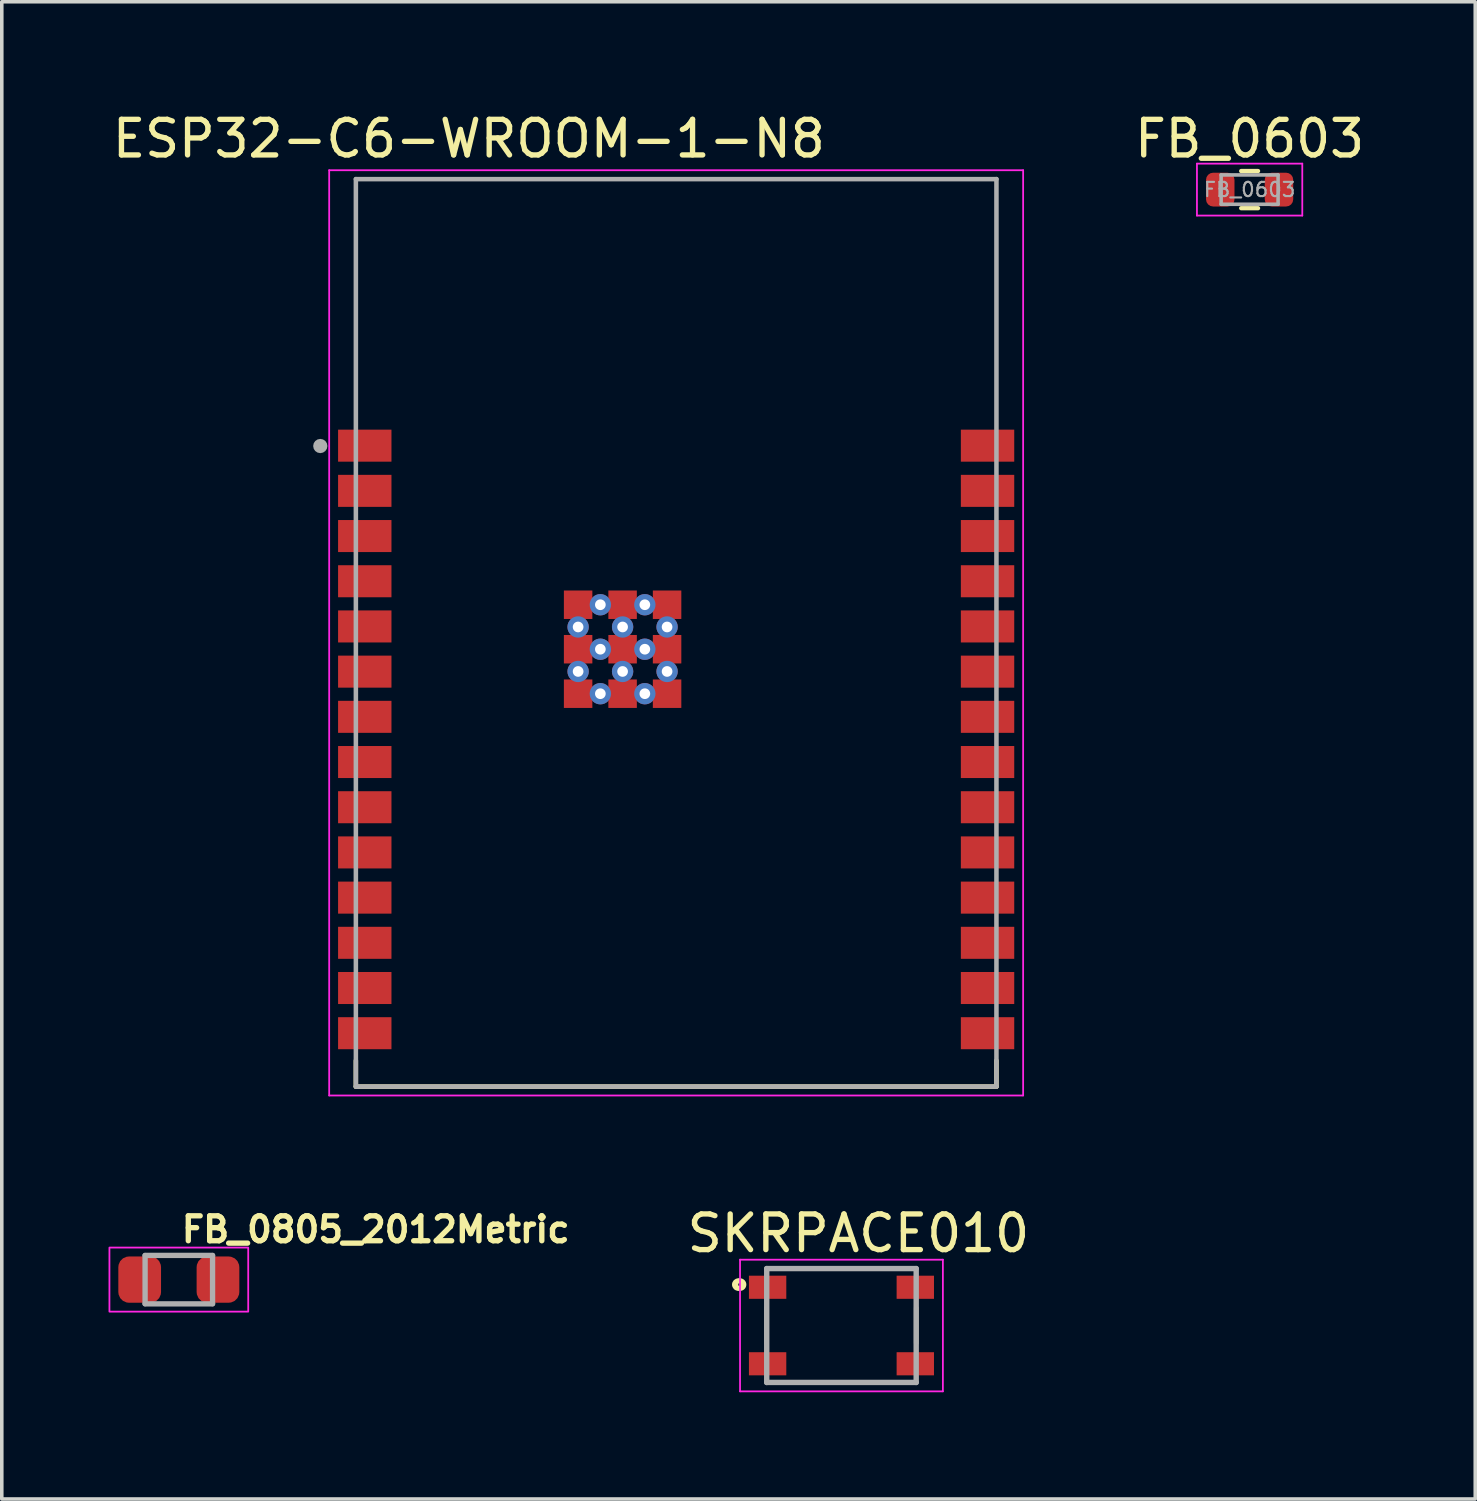
<source format=kicad_pcb>
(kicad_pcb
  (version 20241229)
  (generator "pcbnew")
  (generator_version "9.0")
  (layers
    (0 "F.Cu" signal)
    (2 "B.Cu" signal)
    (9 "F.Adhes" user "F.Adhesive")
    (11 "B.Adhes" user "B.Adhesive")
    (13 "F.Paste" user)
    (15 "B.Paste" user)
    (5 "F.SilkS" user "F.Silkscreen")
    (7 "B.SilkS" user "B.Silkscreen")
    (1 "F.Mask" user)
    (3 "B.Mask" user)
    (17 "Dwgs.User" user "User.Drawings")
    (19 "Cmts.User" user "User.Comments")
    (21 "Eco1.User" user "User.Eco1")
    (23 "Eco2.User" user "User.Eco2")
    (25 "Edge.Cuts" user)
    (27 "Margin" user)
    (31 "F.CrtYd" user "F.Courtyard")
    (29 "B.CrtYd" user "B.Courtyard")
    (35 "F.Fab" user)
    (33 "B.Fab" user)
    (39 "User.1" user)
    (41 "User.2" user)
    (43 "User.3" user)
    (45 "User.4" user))
  (footprint "FB_0805_2012Metric"
    (layer "F.Cu")
    (at 1.975 32.907)
    (property "Reference" "FB_0805_2012Metric" (at 0.001 -0.999 0) (layer "F.SilkS") (effects (font (size 0.7 0.7) (thickness 0.15)) (justify left bottom)))
    (attr smd)
    (fp_rect (start 1.95 -0.9) (end -1.95 0.9) (stroke (width 0.05) (type default)) (fill no) (layer "F.CrtYd"))
    (fp_line (start -0.948 -0.681) (end 0.948 -0.681) (stroke (width 0.15) (type solid)) (layer "F.Fab"))
    (fp_line (start -0.948 -0.676) (end -0.948 0.676) (stroke (width 0.15) (type solid)) (layer "F.Fab"))
    (fp_line (start -0.948 0.681) (end 0.948 0.681) (stroke (width 0.15) (type solid)) (layer "F.Fab"))
    (fp_line (start 0.948 -0.676) (end 0.948 0.676) (stroke (width 0.15) (type solid)) (layer "F.Fab"))
    (fp_rect (start -0.999 -0.656) (end 0.999 0.656) (stroke (width 0.1) (type solid)) (fill no) (layer "User.5"))
    (fp_line (start -0.999 -0.656) (end -0.999 0.656) (stroke (width 0.02) (type solid)) (layer "User.9"))
    (fp_line (start -0.499 -0.656) (end -0.999 -0.656) (stroke (width 0.02) (type solid)) (layer "User.9"))
    (fp_line (start -0.499 -0.656) (end -0.499 0.656) (stroke (width 0.02) (type solid)) (layer "User.9"))
    (fp_line (start -0.499 -0.624) (end 0.499 -0.624) (stroke (width 0.02) (type solid)) (layer "User.9"))
    (fp_line (start -0.499 0.656) (end -0.999 0.656) (stroke (width 0.02) (type solid)) (layer "User.9"))
    (fp_line (start 0.499 -0.656) (end 0.499 0.656) (stroke (width 0.02) (type solid)) (layer "User.9"))
    (fp_line (start 0.499 0.624) (end -0.499 0.624) (stroke (width 0.02) (type solid)) (layer "User.9"))
    (fp_line (start 0.999 -0.656) (end 0.499 -0.656) (stroke (width 0.02) (type solid)) (layer "User.9"))
    (fp_line (start 0.999 -0.656) (end 0.999 0.656) (stroke (width 0.02) (type solid)) (layer "User.9"))
    (fp_line (start 0.999 0.656) (end 0.499 0.656) (stroke (width 0.02) (type solid)) (layer "User.9"))
    (pad "1" smd roundrect (at -1.1 0) (size 1.2 1.3) (layers "F.Cu" "F.Mask" "F.Paste") (roundrect_rratio 0.25))
    (pad "2" smd roundrect (at 1.1 0) (size 1.2 1.3) (layers "F.Cu" "F.Mask" "F.Paste") (roundrect_rratio 0.25)))
  (footprint "ESP32-C6-WROOM-1-N8"
    (layer "F.Cu")
    (at 15.95 14.733)
    (property "Reference" "ESP32-C6-WROOM-1-N8" (at -5.825 -13.885 0) (layer "F.SilkS") (effects (font (size 1 1) (thickness 0.15))))
    (attr smd)
    (fp_line (start -9 12.75) (end -9 12.02) (stroke (width 0.127) (type solid)) (layer "F.SilkS"))
    (fp_line (start -9 12.75) (end 9 12.75) (stroke (width 0.127) (type solid)) (layer "F.SilkS"))
    (fp_line (start 9 12.02) (end 9 12.75) (stroke (width 0.127) (type solid)) (layer "F.SilkS"))
    (fp_line (start -9.75 -13) (end -9.75 13) (stroke (width 0.05) (type solid)) (layer "F.CrtYd"))
    (fp_line (start -9.75 13) (end 9.75 13) (stroke (width 0.05) (type solid)) (layer "F.CrtYd"))
    (fp_line (start 9.75 -13) (end -9.75 -13) (stroke (width 0.05) (type solid)) (layer "F.CrtYd"))
    (fp_line (start 9.75 13) (end 9.75 -13) (stroke (width 0.05) (type solid)) (layer "F.CrtYd"))
    (fp_line (start -9 -12.75) (end 9 -12.75) (stroke (width 0.127) (type solid)) (layer "F.Fab"))
    (fp_line (start -9 12.75) (end -9 -12.75) (stroke (width 0.127) (type solid)) (layer "F.Fab"))
    (fp_line (start -9 12.75) (end 9 12.75) (stroke (width 0.127) (type solid)) (layer "F.Fab"))
    (fp_line (start 9 -12.75) (end 9 12.75) (stroke (width 0.127) (type solid)) (layer "F.Fab"))
    (fp_circle (center -10 -5.25) (end -9.9 -5.25) (stroke (width 0.2) (type solid)) (fill no) (layer "F.Fab"))
    (pad "1" smd rect (at -8.75 -5.26) (size 1.5 0.9) (layers "F.Cu" "F.Mask" "F.Paste"))
    (pad "2" smd rect (at -8.75 -3.99) (size 1.5 0.9) (layers "F.Cu" "F.Mask" "F.Paste"))
    (pad "3" smd rect (at -8.75 -2.72) (size 1.5 0.9) (layers "F.Cu" "F.Mask" "F.Paste"))
    (pad "4" smd rect (at -8.75 -1.45) (size 1.5 0.9) (layers "F.Cu" "F.Mask" "F.Paste"))
    (pad "5" smd rect (at -8.75 -0.18) (size 1.5 0.9) (layers "F.Cu" "F.Mask" "F.Paste"))
    (pad "6" smd rect (at -8.75 1.09) (size 1.5 0.9) (layers "F.Cu" "F.Mask" "F.Paste"))
    (pad "7" smd rect (at -8.75 2.36) (size 1.5 0.9) (layers "F.Cu" "F.Mask" "F.Paste"))
    (pad "8" smd rect (at -8.75 3.63) (size 1.5 0.9) (layers "F.Cu" "F.Mask" "F.Paste"))
    (pad "9" smd rect (at -8.75 4.9) (size 1.5 0.9) (layers "F.Cu" "F.Mask" "F.Paste"))
    (pad "10" smd rect (at -8.75 6.17) (size 1.5 0.9) (layers "F.Cu" "F.Mask" "F.Paste"))
    (pad "11" smd rect (at -8.75 7.44) (size 1.5 0.9) (layers "F.Cu" "F.Mask" "F.Paste"))
    (pad "12" smd rect (at -8.75 8.71) (size 1.5 0.9) (layers "F.Cu" "F.Mask" "F.Paste"))
    (pad "13" smd rect (at -8.75 9.98) (size 1.5 0.9) (layers "F.Cu" "F.Mask" "F.Paste"))
    (pad "14" smd rect (at -8.75 11.25) (size 1.5 0.9) (layers "F.Cu" "F.Mask" "F.Paste"))
    (pad "15" smd rect (at 8.75 11.25) (size 1.5 0.9) (layers "F.Cu" "F.Mask" "F.Paste"))
    (pad "16" smd rect (at 8.75 9.98) (size 1.5 0.9) (layers "F.Cu" "F.Mask" "F.Paste"))
    (pad "17" smd rect (at 8.75 8.71) (size 1.5 0.9) (layers "F.Cu" "F.Mask" "F.Paste"))
    (pad "18" smd rect (at 8.75 7.44) (size 1.5 0.9) (layers "F.Cu" "F.Mask" "F.Paste"))
    (pad "19" smd rect (at 8.75 6.17) (size 1.5 0.9) (layers "F.Cu" "F.Mask" "F.Paste"))
    (pad "20" smd rect (at 8.75 4.9) (size 1.5 0.9) (layers "F.Cu" "F.Mask" "F.Paste"))
    (pad "21" smd rect (at 8.75 3.63) (size 1.5 0.9) (layers "F.Cu" "F.Mask" "F.Paste"))
    (pad "22" smd rect (at 8.75 2.36) (size 1.5 0.9) (layers "F.Cu" "F.Mask" "F.Paste"))
    (pad "23" smd rect (at 8.75 1.09) (size 1.5 0.9) (layers "F.Cu" "F.Mask" "F.Paste"))
    (pad "24" smd rect (at 8.75 -0.18) (size 1.5 0.9) (layers "F.Cu" "F.Mask" "F.Paste"))
    (pad "25" smd rect (at 8.75 -1.45) (size 1.5 0.9) (layers "F.Cu" "F.Mask" "F.Paste"))
    (pad "26" smd rect (at 8.75 -2.72) (size 1.5 0.9) (layers "F.Cu" "F.Mask" "F.Paste"))
    (pad "27" smd rect (at 8.75 -3.99) (size 1.5 0.9) (layers "F.Cu" "F.Mask" "F.Paste"))
    (pad "28" smd rect (at 8.75 -5.26) (size 1.5 0.9) (layers "F.Cu" "F.Mask" "F.Paste"))
    (pad "29_1" smd rect (at -2.755 -0.79) (size 0.8 0.8) (layers "F.Cu" "F.Mask" "F.Paste"))
    (pad "29_2" smd rect (at -1.505 -0.79) (size 0.8 0.8) (layers "F.Cu" "F.Mask" "F.Paste"))
    (pad "29_3" smd rect (at -0.255 -0.79) (size 0.8 0.8) (layers "F.Cu" "F.Mask" "F.Paste"))
    (pad "29_4" smd rect (at -2.755 0.46) (size 0.8 0.8) (layers "F.Cu" "F.Mask" "F.Paste"))
    (pad "29_5" smd rect (at -1.505 0.46) (size 0.8 0.8) (layers "F.Cu" "F.Mask" "F.Paste"))
    (pad "29_6" smd rect (at -0.255 0.46) (size 0.8 0.8) (layers "F.Cu" "F.Mask" "F.Paste"))
    (pad "29_7" smd rect (at -2.755 1.71) (size 0.8 0.8) (layers "F.Cu" "F.Mask" "F.Paste"))
    (pad "29_8" smd rect (at -1.505 1.71) (size 0.8 0.8) (layers "F.Cu" "F.Mask" "F.Paste"))
    (pad "29_9" smd rect (at -0.255 1.71) (size 0.8 0.8) (layers "F.Cu" "F.Mask" "F.Paste"))
    (pad "30_1" thru_hole circle (at -2.13 -0.79) (size 0.6 0.6) (drill 0.3) (layers "*.Cu"))
    (pad "30_2" thru_hole circle (at -0.88 -0.79) (size 0.6 0.6) (drill 0.3) (layers "*.Cu"))
    (pad "30_3" thru_hole circle (at -2.755 -0.165) (size 0.6 0.6) (drill 0.3) (layers "*.Cu"))
    (pad "30_4" thru_hole circle (at -1.505 -0.165) (size 0.6 0.6) (drill 0.3) (layers "*.Cu"))
    (pad "30_5" thru_hole circle (at -0.255 -0.165) (size 0.6 0.6) (drill 0.3) (layers "*.Cu"))
    (pad "30_6" thru_hole circle (at -2.13 0.46) (size 0.6 0.6) (drill 0.3) (layers "*.Cu"))
    (pad "30_7" thru_hole circle (at -0.88 0.46) (size 0.6 0.6) (drill 0.3) (layers "*.Cu"))
    (pad "30_8" thru_hole circle (at -2.755 1.085) (size 0.6 0.6) (drill 0.3) (layers "*.Cu"))
    (pad "30_9" thru_hole circle (at -1.505 1.085) (size 0.6 0.6) (drill 0.3) (layers "*.Cu"))
    (pad "30_10" thru_hole circle (at -0.255 1.085) (size 0.6 0.6) (drill 0.3) (layers "*.Cu"))
    (pad "30_11" thru_hole circle (at -2.13 1.71) (size 0.6 0.6) (drill 0.3) (layers "*.Cu"))
    (pad "30_12" thru_hole circle (at -0.88 1.71) (size 0.6 0.6) (drill 0.3) (layers "*.Cu"))
    (zone (net_name "") (layer "F.Cu") (hatch full 0.508) (connect_pads) (min_thickness 0.01) (filled_areas_thickness no) (keepout (tracks not_allowed) (vias not_allowed) (pads not_allowed) (copperpour not_allowed) (footprints allowed)) (placement (enabled no)) (fill) (polygon (pts (xy 6.95 1.983) (xy 24.95 1.983) (xy 24.95 7.983) (xy 6.95 7.983))))
    (zone (net_name "") (layers "F.Cu" "B.Cu") (hatch full 0.508) (connect_pads) (min_thickness 0.01) (filled_areas_thickness no) (keepout (tracks allowed) (vias not_allowed) (pads allowed) (copperpour allowed) (footprints allowed)) (placement (enabled no)) (fill) (polygon (pts (xy 6.95 1.983) (xy 24.95 1.983) (xy 24.95 7.983) (xy 6.95 7.983)))))
  (footprint "SKRPACE010"
    (layer "F.Cu")
    (at 20.595 34.197)
    (property "Reference" "SKRPACE010" (at 0.476 -2.589 0) (layer "F.SilkS") (effects (font (size 1.002 1.002) (thickness 0.15))))
    (attr smd)
    (fp_line (start -2.1 -0.5) (end -2.1 0.5) (stroke (width 0.127) (type solid)) (layer "F.SilkS"))
    (fp_line (start -1.25 -1.6) (end 1.25 -1.6) (stroke (width 0.127) (type solid)) (layer "F.SilkS"))
    (fp_line (start -1.25 1.6) (end 1.25 1.6) (stroke (width 0.127) (type solid)) (layer "F.SilkS"))
    (fp_line (start 2.1 -0.5) (end 2.1 0.5) (stroke (width 0.127) (type solid)) (layer "F.SilkS"))
    (fp_circle (center -2.9 -1.15) (end -2.788 -1.15) (stroke (width 0.127) (type solid)) (fill no) (layer "F.SilkS"))
    (fp_circle (center -2.85 -1.15) (end -2.8 -1.15) (stroke (width 0.127) (type solid)) (fill no) (layer "F.SilkS"))
    (fp_line (start -2.85 -1.85) (end 2.85 -1.85) (stroke (width 0.05) (type solid)) (layer "F.CrtYd"))
    (fp_line (start -2.85 1.85) (end -2.85 -1.85) (stroke (width 0.05) (type solid)) (layer "F.CrtYd"))
    (fp_line (start 2.85 -1.85) (end 2.85 1.85) (stroke (width 0.05) (type solid)) (layer "F.CrtYd"))
    (fp_line (start 2.85 1.85) (end -2.85 1.85) (stroke (width 0.05) (type solid)) (layer "F.CrtYd"))
    (fp_line (start -2.1 -1.6) (end 2.1 -1.6) (stroke (width 0.152) (type solid)) (layer "F.Fab"))
    (fp_line (start -2.1 1.6) (end -2.1 -1.6) (stroke (width 0.152) (type solid)) (layer "F.Fab"))
    (fp_line (start 2.1 -1.6) (end 2.1 1.6) (stroke (width 0.152) (type solid)) (layer "F.Fab"))
    (fp_line (start 2.1 1.6) (end -2.1 1.6) (stroke (width 0.152) (type solid)) (layer "F.Fab"))
    (pad "1" smd rect (at -2.075 -1.075) (size 1.05 0.65) (layers "F.Cu" "F.Mask" "F.Paste"))
    (pad "2" smd rect (at 2.075 -1.075) (size 1.05 0.65) (layers "F.Cu" "F.Mask" "F.Paste"))
    (pad "3" smd rect (at -2.075 1.075) (size 1.05 0.65) (layers "F.Cu" "F.Mask" "F.Paste"))
    (pad "4" smd rect (at 2.075 1.075) (size 1.05 0.65) (layers "F.Cu" "F.Mask" "F.Paste")))
  (footprint "FB_0603"
    (layer "F.Cu")
    (at 32.064 2.278)
    (property "Reference" "FB_0603" (at 0 -1.43 0) (layer "F.SilkS") (effects (font (size 1 1) (thickness 0.15))))
    (attr smd)
    (fp_line (start -0.237 -0.522) (end 0.237 -0.522) (stroke (width 0.12) (type solid)) (layer "F.SilkS"))
    (fp_line (start -0.237 0.522) (end 0.237 0.522) (stroke (width 0.12) (type solid)) (layer "F.SilkS"))
    (fp_line (start -1.48 -0.73) (end 1.48 -0.73) (stroke (width 0.05) (type solid)) (layer "F.CrtYd"))
    (fp_line (start -1.48 0.73) (end -1.48 -0.73) (stroke (width 0.05) (type solid)) (layer "F.CrtYd"))
    (fp_line (start 1.48 -0.73) (end 1.48 0.73) (stroke (width 0.05) (type solid)) (layer "F.CrtYd"))
    (fp_line (start 1.48 0.73) (end -1.48 0.73) (stroke (width 0.05) (type solid)) (layer "F.CrtYd"))
    (fp_line (start -0.8 -0.412) (end 0.8 -0.412) (stroke (width 0.1) (type solid)) (layer "F.Fab"))
    (fp_line (start -0.8 0.412) (end -0.8 -0.412) (stroke (width 0.1) (type solid)) (layer "F.Fab"))
    (fp_line (start 0.8 -0.412) (end 0.8 0.412) (stroke (width 0.1) (type solid)) (layer "F.Fab"))
    (fp_line (start 0.8 0.412) (end -0.8 0.412) (stroke (width 0.1) (type solid)) (layer "F.Fab"))
    (fp_text user "${REFERENCE}" (at 0 0 0) (layer "F.Fab") (effects (font (size 0.4 0.4) (thickness 0.06))))
    (pad "1" smd roundrect (at -0.825 0) (size 0.8 0.95) (layers "F.Cu" "F.Mask" "F.Paste") (roundrect_rratio 0.25))
    (pad "2" smd roundrect (at 0.825 0) (size 0.8 0.95) (layers "F.Cu" "F.Mask" "F.Paste") (roundrect_rratio 0.25)))
  (gr_rect
    (start -3 -3)
    (end 38.404 39.072)
    (stroke (width 0.1) (type default))
    (fill no)
    (layer "Edge.Cuts")))
</source>
